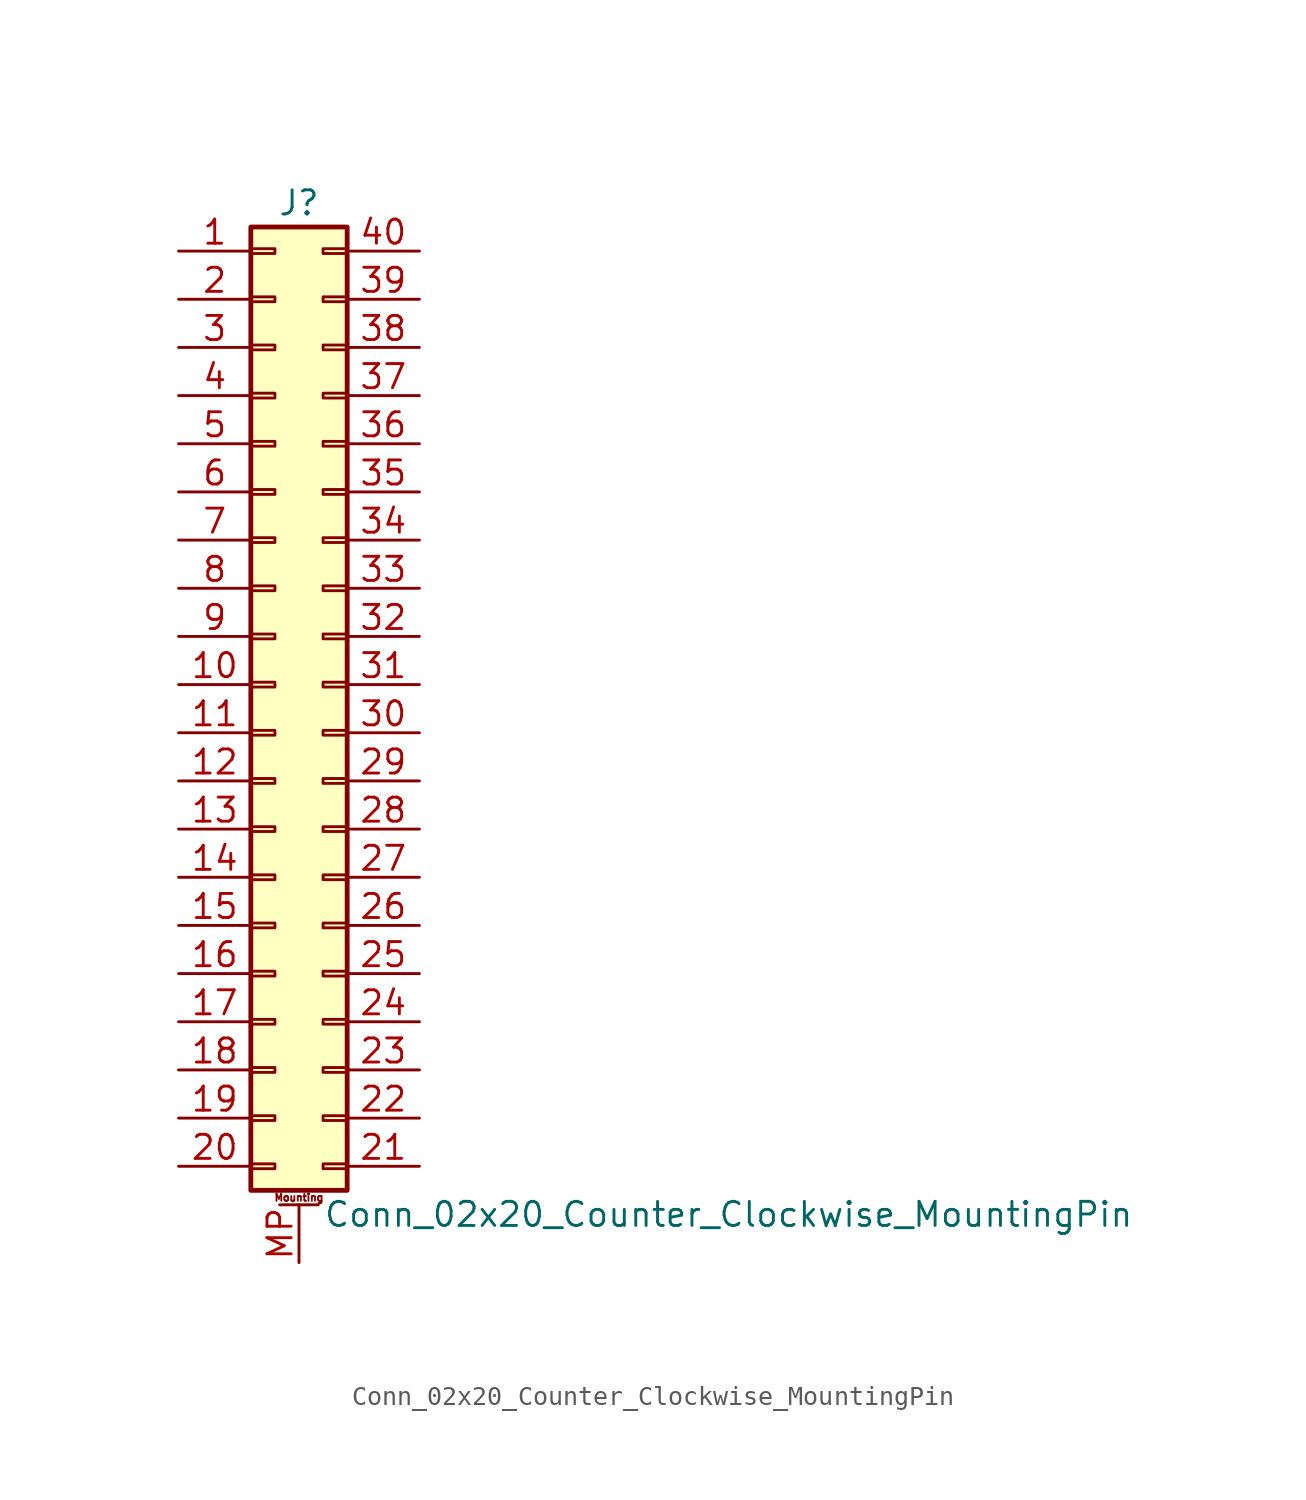
<source format=kicad_sym>
(kicad_symbol_lib
  (version 20220914)
  (generator kicad_symbol_editor)
  (symbol "Conn_02x20_Counter_Clockwise_MountingPin"
    (pin_names
      (offset 1.016) hide)
    (property "Reference" "J"
      (at 1.27 25.4 0)
      (effects (font (size 1.27 1.27))))
    (property "Value" "Conn_02x20_Counter_Clockwise_MountingPin"
      (at 2.54 -27.94 0)
      (effects (font (size 1.27 1.27)) (justify left)))
    (symbol "Conn_02x20_Counter_Clockwise_MountingPin_1_1"
      (rectangle (start -1.27 -25.273) (end 0 -25.527) (stroke (width 0.152) (type default)) (fill (type none)))
      (rectangle (start -1.27 -22.733) (end 0 -22.987) (stroke (width 0.152) (type default)) (fill (type none)))
      (rectangle (start -1.27 -20.193) (end 0 -20.447) (stroke (width 0.152) (type default)) (fill (type none)))
      (rectangle (start -1.27 -17.653) (end 0 -17.907) (stroke (width 0.152) (type default)) (fill (type none)))
      (rectangle (start -1.27 -15.113) (end 0 -15.367) (stroke (width 0.152) (type default)) (fill (type none)))
      (rectangle (start -1.27 -12.573) (end 0 -12.827) (stroke (width 0.152) (type default)) (fill (type none)))
      (rectangle (start -1.27 -10.033) (end 0 -10.287) (stroke (width 0.152) (type default)) (fill (type none)))
      (rectangle (start -1.27 -7.493) (end 0 -7.747) (stroke (width 0.152) (type default)) (fill (type none)))
      (rectangle (start -1.27 -4.953) (end 0 -5.207) (stroke (width 0.152) (type default)) (fill (type none)))
      (rectangle (start -1.27 -2.413) (end 0 -2.667) (stroke (width 0.152) (type default)) (fill (type none)))
      (rectangle (start -1.27 0.127) (end 0 -0.127) (stroke (width 0.152) (type default)) (fill (type none)))
      (rectangle (start -1.27 2.667) (end 0 2.413) (stroke (width 0.152) (type default)) (fill (type none)))
      (rectangle (start -1.27 5.207) (end 0 4.953) (stroke (width 0.152) (type default)) (fill (type none)))
      (rectangle (start -1.27 7.747) (end 0 7.493) (stroke (width 0.152) (type default)) (fill (type none)))
      (rectangle (start -1.27 10.287) (end 0 10.033) (stroke (width 0.152) (type default)) (fill (type none)))
      (rectangle (start -1.27 12.827) (end 0 12.573) (stroke (width 0.152) (type default)) (fill (type none)))
      (rectangle (start -1.27 15.367) (end 0 15.113) (stroke (width 0.152) (type default)) (fill (type none)))
      (rectangle (start -1.27 17.907) (end 0 17.653) (stroke (width 0.152) (type default)) (fill (type none)))
      (rectangle (start -1.27 20.447) (end 0 20.193) (stroke (width 0.152) (type default)) (fill (type none)))
      (rectangle (start -1.27 22.987) (end 0 22.733) (stroke (width 0.152) (type default)) (fill (type none)))
      (rectangle (start -1.27 24.13) (end 3.81 -26.67) (stroke (width 0.254) (type default)) (fill (type background)))
      (polyline (pts (xy 0.254 -27.432) (xy 2.286 -27.432)) (stroke (width 0.152) (type default)) (fill (type none)))
      (rectangle (start 3.81 -25.273) (end 2.54 -25.527) (stroke (width 0.152) (type default)) (fill (type none)))
      (rectangle (start 3.81 -22.733) (end 2.54 -22.987) (stroke (width 0.152) (type default)) (fill (type none)))
      (rectangle (start 3.81 -20.193) (end 2.54 -20.447) (stroke (width 0.152) (type default)) (fill (type none)))
      (rectangle (start 3.81 -17.653) (end 2.54 -17.907) (stroke (width 0.152) (type default)) (fill (type none)))
      (rectangle (start 3.81 -15.113) (end 2.54 -15.367) (stroke (width 0.152) (type default)) (fill (type none)))
      (rectangle (start 3.81 -12.573) (end 2.54 -12.827) (stroke (width 0.152) (type default)) (fill (type none)))
      (rectangle (start 3.81 -10.033) (end 2.54 -10.287) (stroke (width 0.152) (type default)) (fill (type none)))
      (rectangle (start 3.81 -7.493) (end 2.54 -7.747) (stroke (width 0.152) (type default)) (fill (type none)))
      (rectangle (start 3.81 -4.953) (end 2.54 -5.207) (stroke (width 0.152) (type default)) (fill (type none)))
      (rectangle (start 3.81 -2.413) (end 2.54 -2.667) (stroke (width 0.152) (type default)) (fill (type none)))
      (rectangle (start 3.81 0.127) (end 2.54 -0.127) (stroke (width 0.152) (type default)) (fill (type none)))
      (rectangle (start 3.81 2.667) (end 2.54 2.413) (stroke (width 0.152) (type default)) (fill (type none)))
      (rectangle (start 3.81 5.207) (end 2.54 4.953) (stroke (width 0.152) (type default)) (fill (type none)))
      (rectangle (start 3.81 7.747) (end 2.54 7.493) (stroke (width 0.152) (type default)) (fill (type none)))
      (rectangle (start 3.81 10.287) (end 2.54 10.033) (stroke (width 0.152) (type default)) (fill (type none)))
      (rectangle (start 3.81 12.827) (end 2.54 12.573) (stroke (width 0.152) (type default)) (fill (type none)))
      (rectangle (start 3.81 15.367) (end 2.54 15.113) (stroke (width 0.152) (type default)) (fill (type none)))
      (rectangle (start 3.81 17.907) (end 2.54 17.653) (stroke (width 0.152) (type default)) (fill (type none)))
      (rectangle (start 3.81 20.447) (end 2.54 20.193) (stroke (width 0.152) (type default)) (fill (type none)))
      (rectangle (start 3.81 22.987) (end 2.54 22.733) (stroke (width 0.152) (type default)) (fill (type none)))
      (text "Mounting" (at 1.27 -27.051 0) (effects (font (size 0.381 0.381))))
      (pin passive line (at -5.08 22.86 0) (length 3.81) (name "Pin_1" (effects (font (size 1.27 1.27)))) (number "1" (effects (font (size 1.27 1.27)))))
      (pin passive line (at -5.08 0 0) (length 3.81) (name "Pin_10" (effects (font (size 1.27 1.27)))) (number "10" (effects (font (size 1.27 1.27)))))
      (pin passive line (at -5.08 -2.54 0) (length 3.81) (name "Pin_11" (effects (font (size 1.27 1.27)))) (number "11" (effects (font (size 1.27 1.27)))))
      (pin passive line (at -5.08 -5.08 0) (length 3.81) (name "Pin_12" (effects (font (size 1.27 1.27)))) (number "12" (effects (font (size 1.27 1.27)))))
      (pin passive line (at -5.08 -7.62 0) (length 3.81) (name "Pin_13" (effects (font (size 1.27 1.27)))) (number "13" (effects (font (size 1.27 1.27)))))
      (pin passive line (at -5.08 -10.16 0) (length 3.81) (name "Pin_14" (effects (font (size 1.27 1.27)))) (number "14" (effects (font (size 1.27 1.27)))))
      (pin passive line (at -5.08 -12.7 0) (length 3.81) (name "Pin_15" (effects (font (size 1.27 1.27)))) (number "15" (effects (font (size 1.27 1.27)))))
      (pin passive line (at -5.08 -15.24 0) (length 3.81) (name "Pin_16" (effects (font (size 1.27 1.27)))) (number "16" (effects (font (size 1.27 1.27)))))
      (pin passive line (at -5.08 -17.78 0) (length 3.81) (name "Pin_17" (effects (font (size 1.27 1.27)))) (number "17" (effects (font (size 1.27 1.27)))))
      (pin passive line (at -5.08 -20.32 0) (length 3.81) (name "Pin_18" (effects (font (size 1.27 1.27)))) (number "18" (effects (font (size 1.27 1.27)))))
      (pin passive line (at -5.08 -22.86 0) (length 3.81) (name "Pin_19" (effects (font (size 1.27 1.27)))) (number "19" (effects (font (size 1.27 1.27)))))
      (pin passive line (at -5.08 20.32 0) (length 3.81) (name "Pin_2" (effects (font (size 1.27 1.27)))) (number "2" (effects (font (size 1.27 1.27)))))
      (pin passive line (at -5.08 -25.4 0) (length 3.81) (name "Pin_20" (effects (font (size 1.27 1.27)))) (number "20" (effects (font (size 1.27 1.27)))))
      (pin passive line (at 7.62 -25.4 180) (length 3.81) (name "Pin_21" (effects (font (size 1.27 1.27)))) (number "21" (effects (font (size 1.27 1.27)))))
      (pin passive line (at 7.62 -22.86 180) (length 3.81) (name "Pin_22" (effects (font (size 1.27 1.27)))) (number "22" (effects (font (size 1.27 1.27)))))
      (pin passive line (at 7.62 -20.32 180) (length 3.81) (name "Pin_23" (effects (font (size 1.27 1.27)))) (number "23" (effects (font (size 1.27 1.27)))))
      (pin passive line (at 7.62 -17.78 180) (length 3.81) (name "Pin_24" (effects (font (size 1.27 1.27)))) (number "24" (effects (font (size 1.27 1.27)))))
      (pin passive line (at 7.62 -15.24 180) (length 3.81) (name "Pin_25" (effects (font (size 1.27 1.27)))) (number "25" (effects (font (size 1.27 1.27)))))
      (pin passive line (at 7.62 -12.7 180) (length 3.81) (name "Pin_26" (effects (font (size 1.27 1.27)))) (number "26" (effects (font (size 1.27 1.27)))))
      (pin passive line (at 7.62 -10.16 180) (length 3.81) (name "Pin_27" (effects (font (size 1.27 1.27)))) (number "27" (effects (font (size 1.27 1.27)))))
      (pin passive line (at 7.62 -7.62 180) (length 3.81) (name "Pin_28" (effects (font (size 1.27 1.27)))) (number "28" (effects (font (size 1.27 1.27)))))
      (pin passive line (at 7.62 -5.08 180) (length 3.81) (name "Pin_29" (effects (font (size 1.27 1.27)))) (number "29" (effects (font (size 1.27 1.27)))))
      (pin passive line (at -5.08 17.78 0) (length 3.81) (name "Pin_3" (effects (font (size 1.27 1.27)))) (number "3" (effects (font (size 1.27 1.27)))))
      (pin passive line (at 7.62 -2.54 180) (length 3.81) (name "Pin_30" (effects (font (size 1.27 1.27)))) (number "30" (effects (font (size 1.27 1.27)))))
      (pin passive line (at 7.62 0 180) (length 3.81) (name "Pin_31" (effects (font (size 1.27 1.27)))) (number "31" (effects (font (size 1.27 1.27)))))
      (pin passive line (at 7.62 2.54 180) (length 3.81) (name "Pin_32" (effects (font (size 1.27 1.27)))) (number "32" (effects (font (size 1.27 1.27)))))
      (pin passive line (at 7.62 5.08 180) (length 3.81) (name "Pin_33" (effects (font (size 1.27 1.27)))) (number "33" (effects (font (size 1.27 1.27)))))
      (pin passive line (at 7.62 7.62 180) (length 3.81) (name "Pin_34" (effects (font (size 1.27 1.27)))) (number "34" (effects (font (size 1.27 1.27)))))
      (pin passive line (at 7.62 10.16 180) (length 3.81) (name "Pin_35" (effects (font (size 1.27 1.27)))) (number "35" (effects (font (size 1.27 1.27)))))
      (pin passive line (at 7.62 12.7 180) (length 3.81) (name "Pin_36" (effects (font (size 1.27 1.27)))) (number "36" (effects (font (size 1.27 1.27)))))
      (pin passive line (at 7.62 15.24 180) (length 3.81) (name "Pin_37" (effects (font (size 1.27 1.27)))) (number "37" (effects (font (size 1.27 1.27)))))
      (pin passive line (at 7.62 17.78 180) (length 3.81) (name "Pin_38" (effects (font (size 1.27 1.27)))) (number "38" (effects (font (size 1.27 1.27)))))
      (pin passive line (at 7.62 20.32 180) (length 3.81) (name "Pin_39" (effects (font (size 1.27 1.27)))) (number "39" (effects (font (size 1.27 1.27)))))
      (pin passive line (at -5.08 15.24 0) (length 3.81) (name "Pin_4" (effects (font (size 1.27 1.27)))) (number "4" (effects (font (size 1.27 1.27)))))
      (pin passive line (at 7.62 22.86 180) (length 3.81) (name "Pin_40" (effects (font (size 1.27 1.27)))) (number "40" (effects (font (size 1.27 1.27)))))
      (pin passive line (at -5.08 12.7 0) (length 3.81) (name "Pin_5" (effects (font (size 1.27 1.27)))) (number "5" (effects (font (size 1.27 1.27)))))
      (pin passive line (at -5.08 10.16 0) (length 3.81) (name "Pin_6" (effects (font (size 1.27 1.27)))) (number "6" (effects (font (size 1.27 1.27)))))
      (pin passive line (at -5.08 7.62 0) (length 3.81) (name "Pin_7" (effects (font (size 1.27 1.27)))) (number "7" (effects (font (size 1.27 1.27)))))
      (pin passive line (at -5.08 5.08 0) (length 3.81) (name "Pin_8" (effects (font (size 1.27 1.27)))) (number "8" (effects (font (size 1.27 1.27)))))
      (pin passive line (at -5.08 2.54 0) (length 3.81) (name "Pin_9" (effects (font (size 1.27 1.27)))) (number "9" (effects (font (size 1.27 1.27)))))
      (pin passive line (at 1.27 -30.48 90) (length 3.048) (name "MountPin" (effects (font (size 1.27 1.27)))) (number "MP" (effects (font (size 1.27 1.27))))))))
</source>
